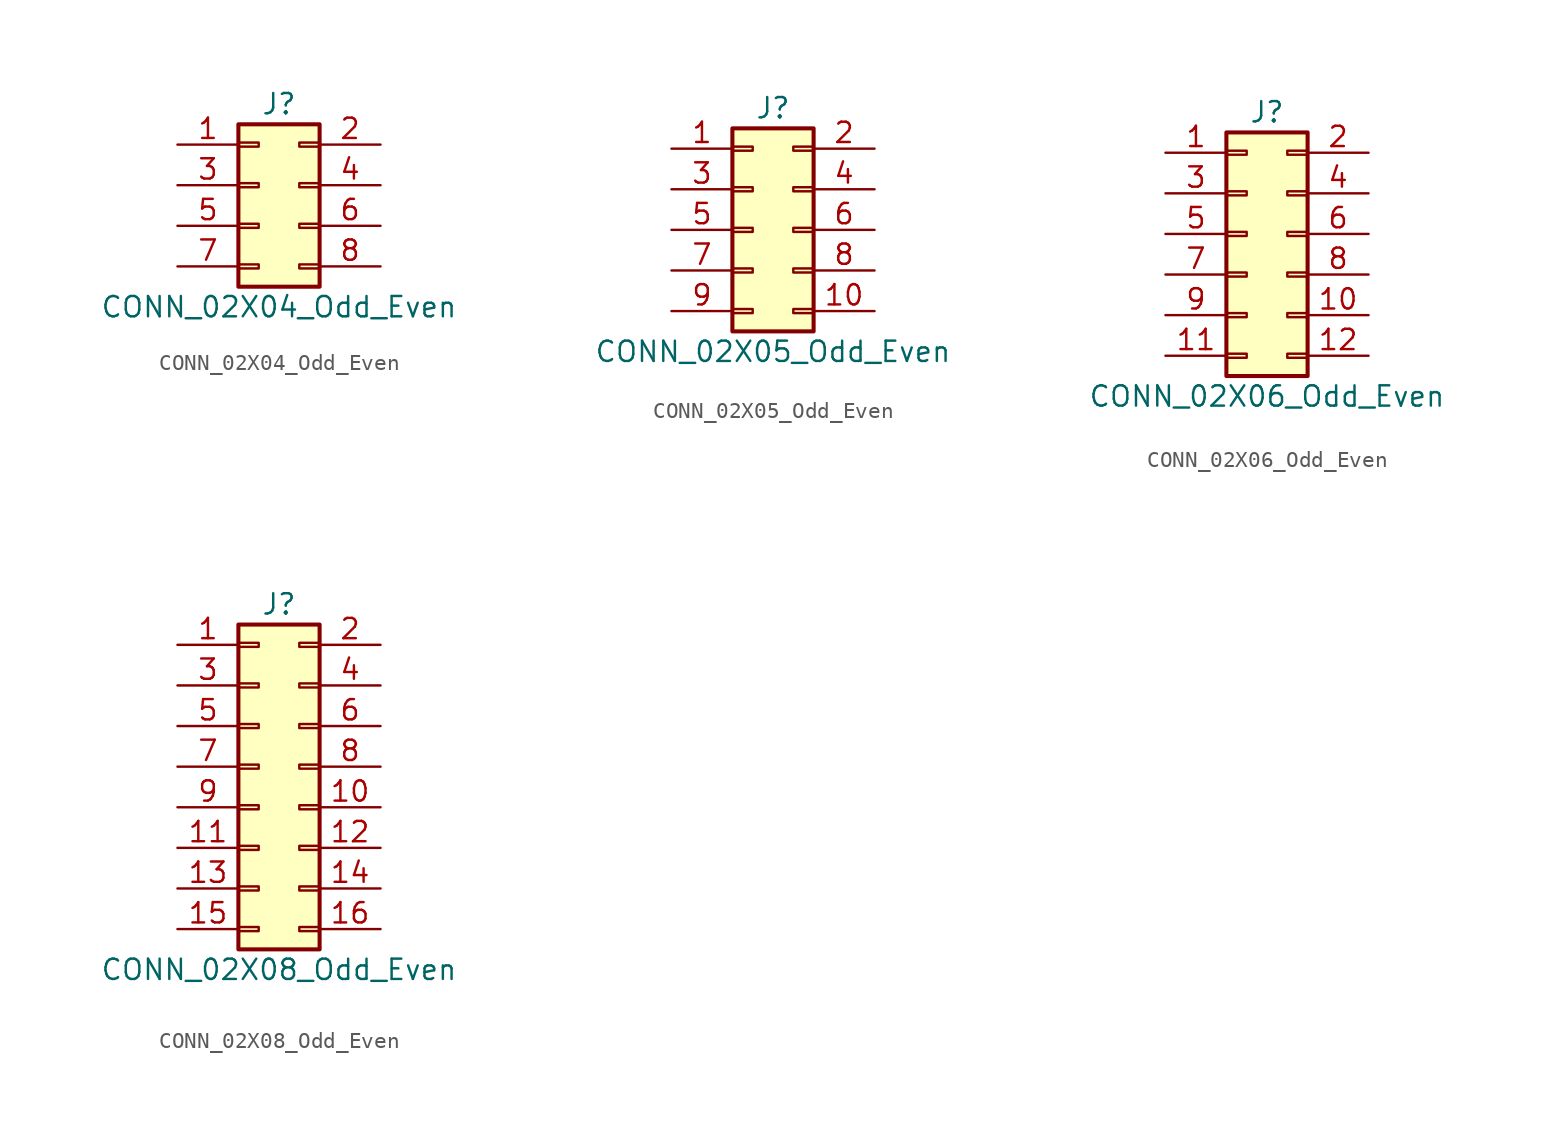
<source format=kicad_sym>
(kicad_symbol_lib
  (version 20211014)
  (generator kicad_symbol_editor)
  (symbol "CONN_02X04_Odd_Even"
    (pin_names
      (offset 1.016) hide)
    (property "Reference" "J"
      (at 1.27 5.08 0)
      (effects (font (size 1.27 1.27))))
    (property "Value" "CONN_02X04_Odd_Even"
      (at 1.27 -7.62 0)
      (effects (font (size 1.27 1.27))))
    (symbol "CONN_02X04_Odd_Even_1_1"
      (rectangle (start -1.27 -4.953) (end 0 -5.207) (stroke (width 0.152) (type default) (color 0 0 0 0)) (fill (type none)))
      (rectangle (start -1.27 -2.413) (end 0 -2.667) (stroke (width 0.152) (type default) (color 0 0 0 0)) (fill (type none)))
      (rectangle (start -1.27 0.127) (end 0 -0.127) (stroke (width 0.152) (type default) (color 0 0 0 0)) (fill (type none)))
      (rectangle (start -1.27 2.667) (end 0 2.413) (stroke (width 0.152) (type default) (color 0 0 0 0)) (fill (type none)))
      (rectangle (start -1.27 3.81) (end 3.81 -6.35) (stroke (width 0.254) (type default) (color 0 0 0 0)) (fill (type background)))
      (rectangle (start 3.81 -4.953) (end 2.54 -5.207) (stroke (width 0.152) (type default) (color 0 0 0 0)) (fill (type none)))
      (rectangle (start 3.81 -2.413) (end 2.54 -2.667) (stroke (width 0.152) (type default) (color 0 0 0 0)) (fill (type none)))
      (rectangle (start 3.81 0.127) (end 2.54 -0.127) (stroke (width 0.152) (type default) (color 0 0 0 0)) (fill (type none)))
      (rectangle (start 3.81 2.667) (end 2.54 2.413) (stroke (width 0.152) (type default) (color 0 0 0 0)) (fill (type none)))
      (pin passive line (at -5.08 2.54 0) (length 3.81) (name "Pin_1" (effects (font (size 1.27 1.27)))) (number "1" (effects (font (size 1.27 1.27)))))
      (pin passive line (at 7.62 2.54 180) (length 3.81) (name "Pin_2" (effects (font (size 1.27 1.27)))) (number "2" (effects (font (size 1.27 1.27)))))
      (pin passive line (at -5.08 0 0) (length 3.81) (name "Pin_3" (effects (font (size 1.27 1.27)))) (number "3" (effects (font (size 1.27 1.27)))))
      (pin passive line (at 7.62 0 180) (length 3.81) (name "Pin_4" (effects (font (size 1.27 1.27)))) (number "4" (effects (font (size 1.27 1.27)))))
      (pin passive line (at -5.08 -2.54 0) (length 3.81) (name "Pin_5" (effects (font (size 1.27 1.27)))) (number "5" (effects (font (size 1.27 1.27)))))
      (pin passive line (at 7.62 -2.54 180) (length 3.81) (name "Pin_6" (effects (font (size 1.27 1.27)))) (number "6" (effects (font (size 1.27 1.27)))))
      (pin passive line (at -5.08 -5.08 0) (length 3.81) (name "Pin_7" (effects (font (size 1.27 1.27)))) (number "7" (effects (font (size 1.27 1.27)))))
      (pin passive line (at 7.62 -5.08 180) (length 3.81) (name "Pin_8" (effects (font (size 1.27 1.27)))) (number "8" (effects (font (size 1.27 1.27)))))))
  (symbol "CONN_02X05_Odd_Even"
    (pin_names
      (offset 1.016) hide)
    (property "Reference" "J"
      (at 1.27 7.62 0)
      (effects (font (size 1.27 1.27))))
    (property "Value" "CONN_02X05_Odd_Even"
      (at 1.27 -7.62 0)
      (effects (font (size 1.27 1.27))))
    (symbol "CONN_02X05_Odd_Even_1_1"
      (rectangle (start -1.27 -4.953) (end 0 -5.207) (stroke (width 0.152) (type default) (color 0 0 0 0)) (fill (type none)))
      (rectangle (start -1.27 -2.413) (end 0 -2.667) (stroke (width 0.152) (type default) (color 0 0 0 0)) (fill (type none)))
      (rectangle (start -1.27 0.127) (end 0 -0.127) (stroke (width 0.152) (type default) (color 0 0 0 0)) (fill (type none)))
      (rectangle (start -1.27 2.667) (end 0 2.413) (stroke (width 0.152) (type default) (color 0 0 0 0)) (fill (type none)))
      (rectangle (start -1.27 5.207) (end 0 4.953) (stroke (width 0.152) (type default) (color 0 0 0 0)) (fill (type none)))
      (rectangle (start -1.27 6.35) (end 3.81 -6.35) (stroke (width 0.254) (type default) (color 0 0 0 0)) (fill (type background)))
      (rectangle (start 3.81 -4.953) (end 2.54 -5.207) (stroke (width 0.152) (type default) (color 0 0 0 0)) (fill (type none)))
      (rectangle (start 3.81 -2.413) (end 2.54 -2.667) (stroke (width 0.152) (type default) (color 0 0 0 0)) (fill (type none)))
      (rectangle (start 3.81 0.127) (end 2.54 -0.127) (stroke (width 0.152) (type default) (color 0 0 0 0)) (fill (type none)))
      (rectangle (start 3.81 2.667) (end 2.54 2.413) (stroke (width 0.152) (type default) (color 0 0 0 0)) (fill (type none)))
      (rectangle (start 3.81 5.207) (end 2.54 4.953) (stroke (width 0.152) (type default) (color 0 0 0 0)) (fill (type none)))
      (pin passive line (at -5.08 5.08 0) (length 3.81) (name "Pin_1" (effects (font (size 1.27 1.27)))) (number "1" (effects (font (size 1.27 1.27)))))
      (pin passive line (at 7.62 -5.08 180) (length 3.81) (name "Pin_10" (effects (font (size 1.27 1.27)))) (number "10" (effects (font (size 1.27 1.27)))))
      (pin passive line (at 7.62 5.08 180) (length 3.81) (name "Pin_2" (effects (font (size 1.27 1.27)))) (number "2" (effects (font (size 1.27 1.27)))))
      (pin passive line (at -5.08 2.54 0) (length 3.81) (name "Pin_3" (effects (font (size 1.27 1.27)))) (number "3" (effects (font (size 1.27 1.27)))))
      (pin passive line (at 7.62 2.54 180) (length 3.81) (name "Pin_4" (effects (font (size 1.27 1.27)))) (number "4" (effects (font (size 1.27 1.27)))))
      (pin passive line (at -5.08 0 0) (length 3.81) (name "Pin_5" (effects (font (size 1.27 1.27)))) (number "5" (effects (font (size 1.27 1.27)))))
      (pin passive line (at 7.62 0 180) (length 3.81) (name "Pin_6" (effects (font (size 1.27 1.27)))) (number "6" (effects (font (size 1.27 1.27)))))
      (pin passive line (at -5.08 -2.54 0) (length 3.81) (name "Pin_7" (effects (font (size 1.27 1.27)))) (number "7" (effects (font (size 1.27 1.27)))))
      (pin passive line (at 7.62 -2.54 180) (length 3.81) (name "Pin_8" (effects (font (size 1.27 1.27)))) (number "8" (effects (font (size 1.27 1.27)))))
      (pin passive line (at -5.08 -5.08 0) (length 3.81) (name "Pin_9" (effects (font (size 1.27 1.27)))) (number "9" (effects (font (size 1.27 1.27)))))))
  (symbol "CONN_02X06_Odd_Even"
    (pin_names
      (offset 1.016) hide)
    (property "Reference" "J"
      (at 1.27 7.62 0)
      (effects (font (size 1.27 1.27))))
    (property "Value" "CONN_02X06_Odd_Even"
      (at 1.27 -10.16 0)
      (effects (font (size 1.27 1.27))))
    (symbol "CONN_02X06_Odd_Even_1_1"
      (rectangle (start -1.27 -7.493) (end 0 -7.747) (stroke (width 0.152) (type default) (color 0 0 0 0)) (fill (type none)))
      (rectangle (start -1.27 -4.953) (end 0 -5.207) (stroke (width 0.152) (type default) (color 0 0 0 0)) (fill (type none)))
      (rectangle (start -1.27 -2.413) (end 0 -2.667) (stroke (width 0.152) (type default) (color 0 0 0 0)) (fill (type none)))
      (rectangle (start -1.27 0.127) (end 0 -0.127) (stroke (width 0.152) (type default) (color 0 0 0 0)) (fill (type none)))
      (rectangle (start -1.27 2.667) (end 0 2.413) (stroke (width 0.152) (type default) (color 0 0 0 0)) (fill (type none)))
      (rectangle (start -1.27 5.207) (end 0 4.953) (stroke (width 0.152) (type default) (color 0 0 0 0)) (fill (type none)))
      (rectangle (start -1.27 6.35) (end 3.81 -8.89) (stroke (width 0.254) (type default) (color 0 0 0 0)) (fill (type background)))
      (rectangle (start 3.81 -7.493) (end 2.54 -7.747) (stroke (width 0.152) (type default) (color 0 0 0 0)) (fill (type none)))
      (rectangle (start 3.81 -4.953) (end 2.54 -5.207) (stroke (width 0.152) (type default) (color 0 0 0 0)) (fill (type none)))
      (rectangle (start 3.81 -2.413) (end 2.54 -2.667) (stroke (width 0.152) (type default) (color 0 0 0 0)) (fill (type none)))
      (rectangle (start 3.81 0.127) (end 2.54 -0.127) (stroke (width 0.152) (type default) (color 0 0 0 0)) (fill (type none)))
      (rectangle (start 3.81 2.667) (end 2.54 2.413) (stroke (width 0.152) (type default) (color 0 0 0 0)) (fill (type none)))
      (rectangle (start 3.81 5.207) (end 2.54 4.953) (stroke (width 0.152) (type default) (color 0 0 0 0)) (fill (type none)))
      (pin passive line (at -5.08 5.08 0) (length 3.81) (name "Pin_1" (effects (font (size 1.27 1.27)))) (number "1" (effects (font (size 1.27 1.27)))))
      (pin passive line (at 7.62 -5.08 180) (length 3.81) (name "Pin_10" (effects (font (size 1.27 1.27)))) (number "10" (effects (font (size 1.27 1.27)))))
      (pin passive line (at -5.08 -7.62 0) (length 3.81) (name "Pin_11" (effects (font (size 1.27 1.27)))) (number "11" (effects (font (size 1.27 1.27)))))
      (pin passive line (at 7.62 -7.62 180) (length 3.81) (name "Pin_12" (effects (font (size 1.27 1.27)))) (number "12" (effects (font (size 1.27 1.27)))))
      (pin passive line (at 7.62 5.08 180) (length 3.81) (name "Pin_2" (effects (font (size 1.27 1.27)))) (number "2" (effects (font (size 1.27 1.27)))))
      (pin passive line (at -5.08 2.54 0) (length 3.81) (name "Pin_3" (effects (font (size 1.27 1.27)))) (number "3" (effects (font (size 1.27 1.27)))))
      (pin passive line (at 7.62 2.54 180) (length 3.81) (name "Pin_4" (effects (font (size 1.27 1.27)))) (number "4" (effects (font (size 1.27 1.27)))))
      (pin passive line (at -5.08 0 0) (length 3.81) (name "Pin_5" (effects (font (size 1.27 1.27)))) (number "5" (effects (font (size 1.27 1.27)))))
      (pin passive line (at 7.62 0 180) (length 3.81) (name "Pin_6" (effects (font (size 1.27 1.27)))) (number "6" (effects (font (size 1.27 1.27)))))
      (pin passive line (at -5.08 -2.54 0) (length 3.81) (name "Pin_7" (effects (font (size 1.27 1.27)))) (number "7" (effects (font (size 1.27 1.27)))))
      (pin passive line (at 7.62 -2.54 180) (length 3.81) (name "Pin_8" (effects (font (size 1.27 1.27)))) (number "8" (effects (font (size 1.27 1.27)))))
      (pin passive line (at -5.08 -5.08 0) (length 3.81) (name "Pin_9" (effects (font (size 1.27 1.27)))) (number "9" (effects (font (size 1.27 1.27)))))))
  (symbol "CONN_02X08_Odd_Even"
    (pin_names
      (offset 1.016) hide)
    (property "Reference" "J"
      (at 1.27 10.16 0)
      (effects (font (size 1.27 1.27))))
    (property "Value" "CONN_02X08_Odd_Even"
      (at 1.27 -12.7 0)
      (effects (font (size 1.27 1.27))))
    (symbol "CONN_02X08_Odd_Even_1_1"
      (rectangle (start -1.27 -10.033) (end 0 -10.287) (stroke (width 0.152) (type default) (color 0 0 0 0)) (fill (type none)))
      (rectangle (start -1.27 -7.493) (end 0 -7.747) (stroke (width 0.152) (type default) (color 0 0 0 0)) (fill (type none)))
      (rectangle (start -1.27 -4.953) (end 0 -5.207) (stroke (width 0.152) (type default) (color 0 0 0 0)) (fill (type none)))
      (rectangle (start -1.27 -2.413) (end 0 -2.667) (stroke (width 0.152) (type default) (color 0 0 0 0)) (fill (type none)))
      (rectangle (start -1.27 0.127) (end 0 -0.127) (stroke (width 0.152) (type default) (color 0 0 0 0)) (fill (type none)))
      (rectangle (start -1.27 2.667) (end 0 2.413) (stroke (width 0.152) (type default) (color 0 0 0 0)) (fill (type none)))
      (rectangle (start -1.27 5.207) (end 0 4.953) (stroke (width 0.152) (type default) (color 0 0 0 0)) (fill (type none)))
      (rectangle (start -1.27 7.747) (end 0 7.493) (stroke (width 0.152) (type default) (color 0 0 0 0)) (fill (type none)))
      (rectangle (start -1.27 8.89) (end 3.81 -11.43) (stroke (width 0.254) (type default) (color 0 0 0 0)) (fill (type background)))
      (rectangle (start 3.81 -10.033) (end 2.54 -10.287) (stroke (width 0.152) (type default) (color 0 0 0 0)) (fill (type none)))
      (rectangle (start 3.81 -7.493) (end 2.54 -7.747) (stroke (width 0.152) (type default) (color 0 0 0 0)) (fill (type none)))
      (rectangle (start 3.81 -4.953) (end 2.54 -5.207) (stroke (width 0.152) (type default) (color 0 0 0 0)) (fill (type none)))
      (rectangle (start 3.81 -2.413) (end 2.54 -2.667) (stroke (width 0.152) (type default) (color 0 0 0 0)) (fill (type none)))
      (rectangle (start 3.81 0.127) (end 2.54 -0.127) (stroke (width 0.152) (type default) (color 0 0 0 0)) (fill (type none)))
      (rectangle (start 3.81 2.667) (end 2.54 2.413) (stroke (width 0.152) (type default) (color 0 0 0 0)) (fill (type none)))
      (rectangle (start 3.81 5.207) (end 2.54 4.953) (stroke (width 0.152) (type default) (color 0 0 0 0)) (fill (type none)))
      (rectangle (start 3.81 7.747) (end 2.54 7.493) (stroke (width 0.152) (type default) (color 0 0 0 0)) (fill (type none)))
      (pin passive line (at -5.08 7.62 0) (length 3.81) (name "Pin_1" (effects (font (size 1.27 1.27)))) (number "1" (effects (font (size 1.27 1.27)))))
      (pin passive line (at 7.62 -2.54 180) (length 3.81) (name "Pin_10" (effects (font (size 1.27 1.27)))) (number "10" (effects (font (size 1.27 1.27)))))
      (pin passive line (at -5.08 -5.08 0) (length 3.81) (name "Pin_11" (effects (font (size 1.27 1.27)))) (number "11" (effects (font (size 1.27 1.27)))))
      (pin passive line (at 7.62 -5.08 180) (length 3.81) (name "Pin_12" (effects (font (size 1.27 1.27)))) (number "12" (effects (font (size 1.27 1.27)))))
      (pin passive line (at -5.08 -7.62 0) (length 3.81) (name "Pin_13" (effects (font (size 1.27 1.27)))) (number "13" (effects (font (size 1.27 1.27)))))
      (pin passive line (at 7.62 -7.62 180) (length 3.81) (name "Pin_14" (effects (font (size 1.27 1.27)))) (number "14" (effects (font (size 1.27 1.27)))))
      (pin passive line (at -5.08 -10.16 0) (length 3.81) (name "Pin_15" (effects (font (size 1.27 1.27)))) (number "15" (effects (font (size 1.27 1.27)))))
      (pin passive line (at 7.62 -10.16 180) (length 3.81) (name "Pin_16" (effects (font (size 1.27 1.27)))) (number "16" (effects (font (size 1.27 1.27)))))
      (pin passive line (at 7.62 7.62 180) (length 3.81) (name "Pin_2" (effects (font (size 1.27 1.27)))) (number "2" (effects (font (size 1.27 1.27)))))
      (pin passive line (at -5.08 5.08 0) (length 3.81) (name "Pin_3" (effects (font (size 1.27 1.27)))) (number "3" (effects (font (size 1.27 1.27)))))
      (pin passive line (at 7.62 5.08 180) (length 3.81) (name "Pin_4" (effects (font (size 1.27 1.27)))) (number "4" (effects (font (size 1.27 1.27)))))
      (pin passive line (at -5.08 2.54 0) (length 3.81) (name "Pin_5" (effects (font (size 1.27 1.27)))) (number "5" (effects (font (size 1.27 1.27)))))
      (pin passive line (at 7.62 2.54 180) (length 3.81) (name "Pin_6" (effects (font (size 1.27 1.27)))) (number "6" (effects (font (size 1.27 1.27)))))
      (pin passive line (at -5.08 0 0) (length 3.81) (name "Pin_7" (effects (font (size 1.27 1.27)))) (number "7" (effects (font (size 1.27 1.27)))))
      (pin passive line (at 7.62 0 180) (length 3.81) (name "Pin_8" (effects (font (size 1.27 1.27)))) (number "8" (effects (font (size 1.27 1.27)))))
      (pin passive line (at -5.08 -2.54 0) (length 3.81) (name "Pin_9" (effects (font (size 1.27 1.27)))) (number "9" (effects (font (size 1.27 1.27))))))))
</source>
